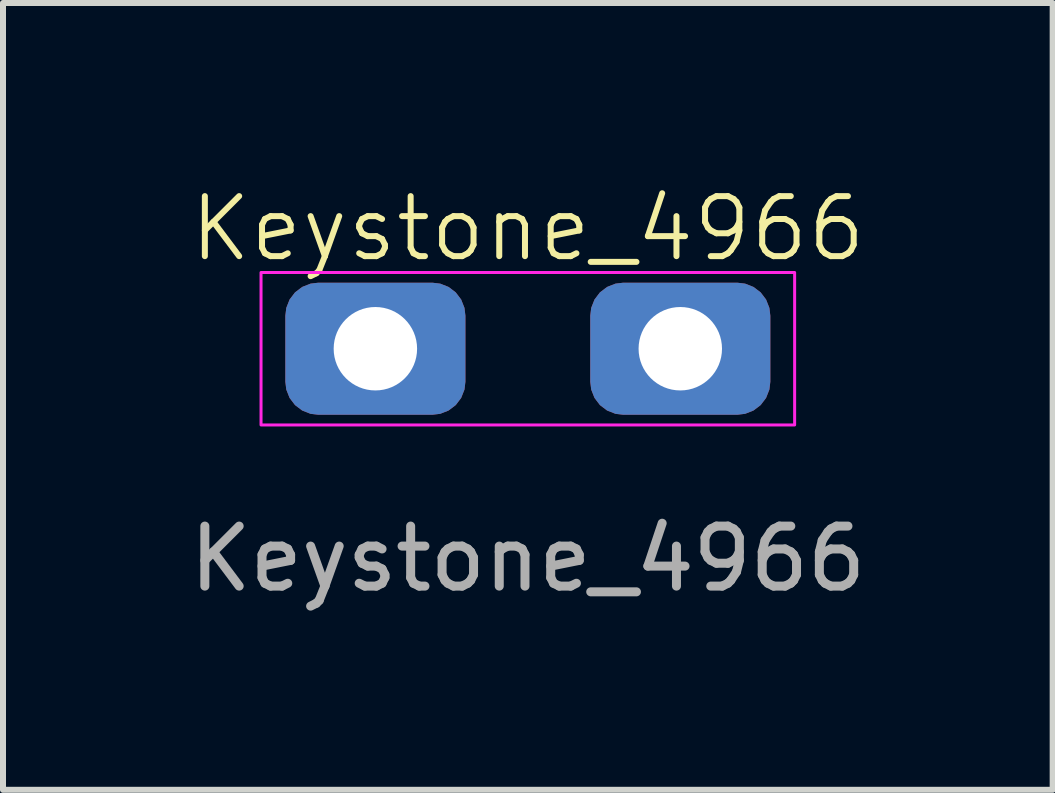
<source format=kicad_pcb>
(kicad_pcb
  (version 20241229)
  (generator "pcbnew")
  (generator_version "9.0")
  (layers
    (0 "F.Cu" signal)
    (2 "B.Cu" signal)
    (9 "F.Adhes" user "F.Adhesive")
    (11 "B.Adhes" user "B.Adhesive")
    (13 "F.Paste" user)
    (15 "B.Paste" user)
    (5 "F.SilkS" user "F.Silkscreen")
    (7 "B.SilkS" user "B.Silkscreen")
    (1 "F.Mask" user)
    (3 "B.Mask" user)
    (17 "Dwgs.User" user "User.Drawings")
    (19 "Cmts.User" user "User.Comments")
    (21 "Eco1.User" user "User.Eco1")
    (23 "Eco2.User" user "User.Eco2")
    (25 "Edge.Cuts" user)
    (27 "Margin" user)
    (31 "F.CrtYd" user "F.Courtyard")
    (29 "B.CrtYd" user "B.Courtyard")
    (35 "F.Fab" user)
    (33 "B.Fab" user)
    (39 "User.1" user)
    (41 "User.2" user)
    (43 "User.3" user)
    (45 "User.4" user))
  (footprint "Keystone_4966"
    (layer "F.Cu")
    (at 5.744 2.76)
    (property "Reference" "Keystone_4966" (at 0 -2 0) (unlocked yes) (layer "F.SilkS") (effects (font (size 1 1) (thickness 0.1))))
    (attr through_hole)
    (fp_rect (start -4.445 -1.27) (end 4.445 1.27) (stroke (width 0.05) (type default)) (fill no) (layer "F.CrtYd"))
    (fp_text user "${REFERENCE}" (at 0 3.5 0) (unlocked yes) (layer "F.Fab") (effects (font (size 1 1) (thickness 0.15))))
    (pad "1" thru_hole roundrect (at -2.54 0) (size 3 2.2) (drill 1.39) (layers "*.Cu" "*.Mask") (roundrect_rratio 0.25))
    (pad "1" thru_hole roundrect (at 2.54 0) (size 3 2.2) (drill 1.39) (layers "*.Cu" "*.Mask") (roundrect_rratio 0.25)))
  (gr_rect
    (start -3 -3)
    (end 14.488 10.109)
    (stroke (width 0.1) (type default))
    (fill no)
    (layer "Edge.Cuts")))
</source>
